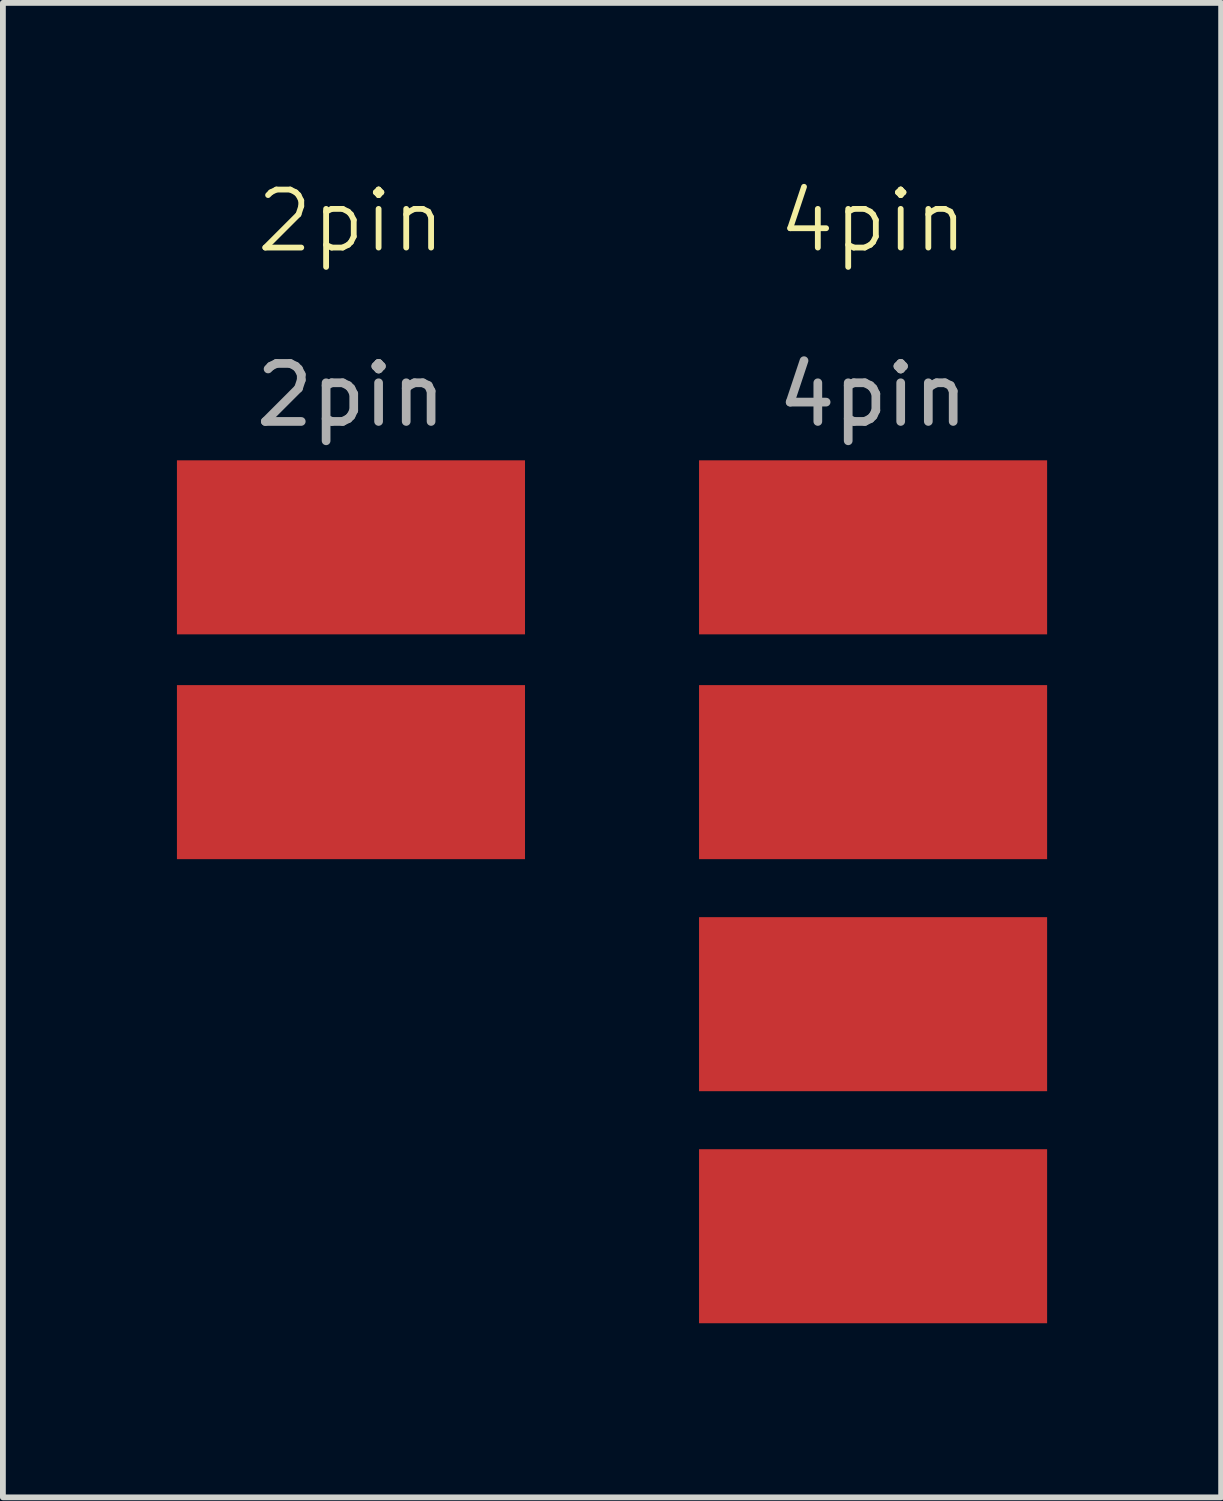
<source format=kicad_pcb>
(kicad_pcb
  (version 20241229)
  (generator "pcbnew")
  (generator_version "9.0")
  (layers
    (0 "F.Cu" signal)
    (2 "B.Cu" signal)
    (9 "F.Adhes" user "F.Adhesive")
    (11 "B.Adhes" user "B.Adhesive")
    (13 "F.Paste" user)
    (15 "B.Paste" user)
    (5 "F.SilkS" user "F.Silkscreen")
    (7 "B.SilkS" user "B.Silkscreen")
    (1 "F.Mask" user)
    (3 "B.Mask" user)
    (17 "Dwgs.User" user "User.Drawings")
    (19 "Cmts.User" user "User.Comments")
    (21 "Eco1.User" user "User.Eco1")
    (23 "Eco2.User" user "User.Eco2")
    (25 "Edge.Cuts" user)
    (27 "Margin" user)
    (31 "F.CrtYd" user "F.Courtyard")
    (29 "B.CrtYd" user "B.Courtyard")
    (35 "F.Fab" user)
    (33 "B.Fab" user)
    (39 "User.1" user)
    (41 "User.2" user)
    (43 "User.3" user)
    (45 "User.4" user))
  (footprint "2pin"
    (layer "F.Cu")
    (at 3 1.26)
    (property "Reference" "2pin" (at 0 -0.5 0) (unlocked yes) (layer "F.SilkS") (effects (font (size 1 1) (thickness 0.1))))
    (attr smd)
    (fp_text user "${REFERENCE}" (at 0 2.5 0) (unlocked yes) (layer "F.Fab") (effects (font (size 1 1) (thickness 0.15))))
    (pad "1" smd rect (at 0 5.125) (size 6 3) (layers "F.Cu" "F.Mask" "F.Paste"))
    (pad "2" smd rect (at 0 9) (size 6 3) (layers "F.Cu" "F.Mask" "F.Paste")))
  (footprint "4pin"
    (layer "F.Cu")
    (at 12 1.26)
    (property "Reference" "4pin" (at 0 -0.5 0) (unlocked yes) (layer "F.SilkS") (effects (font (size 1 1) (thickness 0.1))))
    (attr smd)
    (fp_text user "${REFERENCE}" (at 0 2.5 0) (unlocked yes) (layer "F.Fab") (effects (font (size 1 1) (thickness 0.15))))
    (pad "1" smd rect (at 0 5.125) (size 6 3) (layers "F.Cu" "F.Mask" "F.Paste"))
    (pad "2" smd rect (at 0 9) (size 6 3) (layers "F.Cu" "F.Mask" "F.Paste"))
    (pad "3" smd rect (at 0 13) (size 6 3) (layers "F.Cu" "F.Mask" "F.Paste"))
    (pad "4" smd rect (at 0 17) (size 6 3) (layers "F.Cu" "F.Mask" "F.Paste")))
  (gr_rect
    (start -3 -3)
    (end 18 22.761)
    (stroke (width 0.1) (type default))
    (fill no)
    (layer "Edge.Cuts")))
</source>
